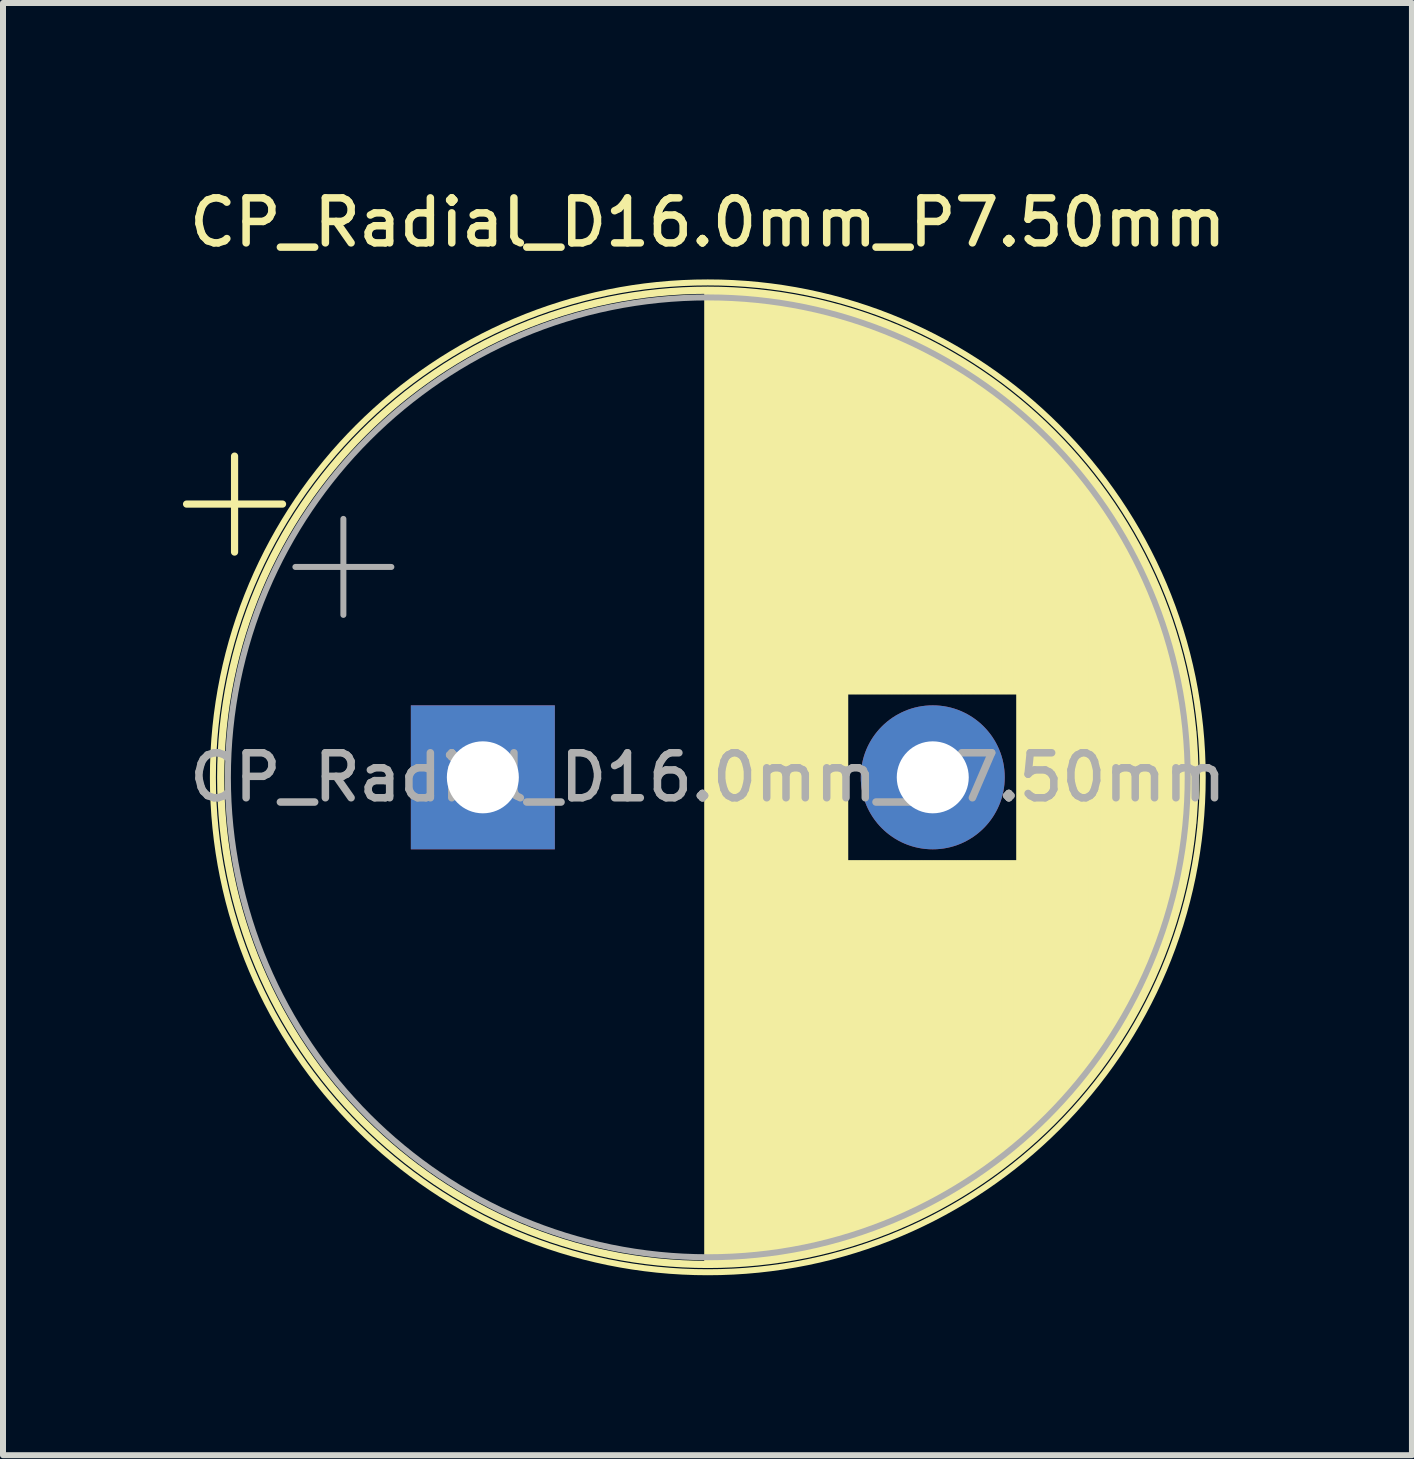
<source format=kicad_pcb>
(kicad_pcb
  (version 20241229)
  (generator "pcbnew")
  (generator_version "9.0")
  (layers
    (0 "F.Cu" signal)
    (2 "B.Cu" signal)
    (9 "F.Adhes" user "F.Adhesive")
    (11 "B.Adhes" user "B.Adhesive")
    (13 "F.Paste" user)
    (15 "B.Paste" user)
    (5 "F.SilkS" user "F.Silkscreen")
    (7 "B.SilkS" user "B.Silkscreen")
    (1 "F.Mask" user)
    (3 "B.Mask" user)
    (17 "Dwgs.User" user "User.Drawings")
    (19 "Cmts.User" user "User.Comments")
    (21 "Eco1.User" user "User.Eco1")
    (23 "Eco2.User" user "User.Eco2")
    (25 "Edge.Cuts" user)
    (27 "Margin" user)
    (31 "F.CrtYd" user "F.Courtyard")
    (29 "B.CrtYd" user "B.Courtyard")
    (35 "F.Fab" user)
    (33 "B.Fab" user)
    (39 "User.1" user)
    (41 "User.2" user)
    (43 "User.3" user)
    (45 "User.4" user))
  (footprint "CP_Radial_D16.0mm_P7.50mm"
    (layer "F.Cu")
    (at 4.999 9.908)
    (property "Reference" "CP_Radial_D16.0mm_P7.50mm" (at 3.75 -9.25 0) (layer "F.SilkS") (effects (font (size 0.75 0.75) (thickness 0.125))))
    (attr through_hole)
    (fp_line (start -4.939 -4.555) (end -3.339 -4.555) (stroke (width 0.12) (type solid)) (layer "F.SilkS"))
    (fp_line (start -4.139 -5.355) (end -4.139 -3.755) (stroke (width 0.12) (type solid)) (layer "F.SilkS"))
    (fp_line (start 3.75 -8.081) (end 3.75 8.081) (stroke (width 0.12) (type solid)) (layer "F.SilkS"))
    (fp_line (start 3.79 -8.08) (end 3.79 8.08) (stroke (width 0.12) (type solid)) (layer "F.SilkS"))
    (fp_line (start 3.83 -8.08) (end 3.83 8.08) (stroke (width 0.12) (type solid)) (layer "F.SilkS"))
    (fp_line (start 3.87 -8.08) (end 3.87 8.08) (stroke (width 0.12) (type solid)) (layer "F.SilkS"))
    (fp_line (start 3.91 -8.079) (end 3.91 8.079) (stroke (width 0.12) (type solid)) (layer "F.SilkS"))
    (fp_line (start 3.95 -8.078) (end 3.95 8.078) (stroke (width 0.12) (type solid)) (layer "F.SilkS"))
    (fp_line (start 3.99 -8.077) (end 3.99 8.077) (stroke (width 0.12) (type solid)) (layer "F.SilkS"))
    (fp_line (start 4.03 -8.076) (end 4.03 8.076) (stroke (width 0.12) (type solid)) (layer "F.SilkS"))
    (fp_line (start 4.07 -8.074) (end 4.07 8.074) (stroke (width 0.12) (type solid)) (layer "F.SilkS"))
    (fp_line (start 4.11 -8.073) (end 4.11 8.073) (stroke (width 0.12) (type solid)) (layer "F.SilkS"))
    (fp_line (start 4.15 -8.071) (end 4.15 8.071) (stroke (width 0.12) (type solid)) (layer "F.SilkS"))
    (fp_line (start 4.19 -8.069) (end 4.19 8.069) (stroke (width 0.12) (type solid)) (layer "F.SilkS"))
    (fp_line (start 4.23 -8.066) (end 4.23 8.066) (stroke (width 0.12) (type solid)) (layer "F.SilkS"))
    (fp_line (start 4.27 -8.064) (end 4.27 8.064) (stroke (width 0.12) (type solid)) (layer "F.SilkS"))
    (fp_line (start 4.31 -8.061) (end 4.31 8.061) (stroke (width 0.12) (type solid)) (layer "F.SilkS"))
    (fp_line (start 4.35 -8.058) (end 4.35 8.058) (stroke (width 0.12) (type solid)) (layer "F.SilkS"))
    (fp_line (start 4.39 -8.055) (end 4.39 8.055) (stroke (width 0.12) (type solid)) (layer "F.SilkS"))
    (fp_line (start 4.43 -8.052) (end 4.43 8.052) (stroke (width 0.12) (type solid)) (layer "F.SilkS"))
    (fp_line (start 4.471 -8.049) (end 4.471 8.049) (stroke (width 0.12) (type solid)) (layer "F.SilkS"))
    (fp_line (start 4.511 -8.045) (end 4.511 8.045) (stroke (width 0.12) (type solid)) (layer "F.SilkS"))
    (fp_line (start 4.551 -8.041) (end 4.551 8.041) (stroke (width 0.12) (type solid)) (layer "F.SilkS"))
    (fp_line (start 4.591 -8.037) (end 4.591 8.037) (stroke (width 0.12) (type solid)) (layer "F.SilkS"))
    (fp_line (start 4.631 -8.033) (end 4.631 8.033) (stroke (width 0.12) (type solid)) (layer "F.SilkS"))
    (fp_line (start 4.671 -8.028) (end 4.671 8.028) (stroke (width 0.12) (type solid)) (layer "F.SilkS"))
    (fp_line (start 4.711 -8.024) (end 4.711 8.024) (stroke (width 0.12) (type solid)) (layer "F.SilkS"))
    (fp_line (start 4.751 -8.019) (end 4.751 8.019) (stroke (width 0.12) (type solid)) (layer "F.SilkS"))
    (fp_line (start 4.791 -8.014) (end 4.791 8.014) (stroke (width 0.12) (type solid)) (layer "F.SilkS"))
    (fp_line (start 4.831 -8.008) (end 4.831 8.008) (stroke (width 0.12) (type solid)) (layer "F.SilkS"))
    (fp_line (start 4.871 -8.003) (end 4.871 8.003) (stroke (width 0.12) (type solid)) (layer "F.SilkS"))
    (fp_line (start 4.911 -7.997) (end 4.911 7.997) (stroke (width 0.12) (type solid)) (layer "F.SilkS"))
    (fp_line (start 4.951 -7.991) (end 4.951 7.991) (stroke (width 0.12) (type solid)) (layer "F.SilkS"))
    (fp_line (start 4.991 -7.985) (end 4.991 7.985) (stroke (width 0.12) (type solid)) (layer "F.SilkS"))
    (fp_line (start 5.031 -7.979) (end 5.031 7.979) (stroke (width 0.12) (type solid)) (layer "F.SilkS"))
    (fp_line (start 5.071 -7.972) (end 5.071 7.972) (stroke (width 0.12) (type solid)) (layer "F.SilkS"))
    (fp_line (start 5.111 -7.966) (end 5.111 7.966) (stroke (width 0.12) (type solid)) (layer "F.SilkS"))
    (fp_line (start 5.151 -7.959) (end 5.151 7.959) (stroke (width 0.12) (type solid)) (layer "F.SilkS"))
    (fp_line (start 5.191 -7.952) (end 5.191 7.952) (stroke (width 0.12) (type solid)) (layer "F.SilkS"))
    (fp_line (start 5.231 -7.944) (end 5.231 7.944) (stroke (width 0.12) (type solid)) (layer "F.SilkS"))
    (fp_line (start 5.271 -7.937) (end 5.271 7.937) (stroke (width 0.12) (type solid)) (layer "F.SilkS"))
    (fp_line (start 5.311 -7.929) (end 5.311 7.929) (stroke (width 0.12) (type solid)) (layer "F.SilkS"))
    (fp_line (start 5.351 -7.921) (end 5.351 7.921) (stroke (width 0.12) (type solid)) (layer "F.SilkS"))
    (fp_line (start 5.391 -7.913) (end 5.391 7.913) (stroke (width 0.12) (type solid)) (layer "F.SilkS"))
    (fp_line (start 5.431 -7.905) (end 5.431 7.905) (stroke (width 0.12) (type solid)) (layer "F.SilkS"))
    (fp_line (start 5.471 -7.896) (end 5.471 7.896) (stroke (width 0.12) (type solid)) (layer "F.SilkS"))
    (fp_line (start 5.511 -7.887) (end 5.511 7.887) (stroke (width 0.12) (type solid)) (layer "F.SilkS"))
    (fp_line (start 5.551 -7.878) (end 5.551 7.878) (stroke (width 0.12) (type solid)) (layer "F.SilkS"))
    (fp_line (start 5.591 -7.869) (end 5.591 7.869) (stroke (width 0.12) (type solid)) (layer "F.SilkS"))
    (fp_line (start 5.631 -7.86) (end 5.631 7.86) (stroke (width 0.12) (type solid)) (layer "F.SilkS"))
    (fp_line (start 5.671 -7.85) (end 5.671 7.85) (stroke (width 0.12) (type solid)) (layer "F.SilkS"))
    (fp_line (start 5.711 -7.84) (end 5.711 7.84) (stroke (width 0.12) (type solid)) (layer "F.SilkS"))
    (fp_line (start 5.751 -7.83) (end 5.751 7.83) (stroke (width 0.12) (type solid)) (layer "F.SilkS"))
    (fp_line (start 5.791 -7.82) (end 5.791 7.82) (stroke (width 0.12) (type solid)) (layer "F.SilkS"))
    (fp_line (start 5.831 -7.81) (end 5.831 7.81) (stroke (width 0.12) (type solid)) (layer "F.SilkS"))
    (fp_line (start 5.871 -7.799) (end 5.871 7.799) (stroke (width 0.12) (type solid)) (layer "F.SilkS"))
    (fp_line (start 5.911 -7.788) (end 5.911 7.788) (stroke (width 0.12) (type solid)) (layer "F.SilkS"))
    (fp_line (start 5.951 -7.777) (end 5.951 7.777) (stroke (width 0.12) (type solid)) (layer "F.SilkS"))
    (fp_line (start 5.991 -7.765) (end 5.991 7.765) (stroke (width 0.12) (type solid)) (layer "F.SilkS"))
    (fp_line (start 6.031 -7.754) (end 6.031 7.754) (stroke (width 0.12) (type solid)) (layer "F.SilkS"))
    (fp_line (start 6.071 -7.742) (end 6.071 -1.44) (stroke (width 0.12) (type solid)) (layer "F.SilkS"))
    (fp_line (start 6.071 1.44) (end 6.071 7.742) (stroke (width 0.12) (type solid)) (layer "F.SilkS"))
    (fp_line (start 6.111 -7.73) (end 6.111 -1.44) (stroke (width 0.12) (type solid)) (layer "F.SilkS"))
    (fp_line (start 6.111 1.44) (end 6.111 7.73) (stroke (width 0.12) (type solid)) (layer "F.SilkS"))
    (fp_line (start 6.151 -7.718) (end 6.151 -1.44) (stroke (width 0.12) (type solid)) (layer "F.SilkS"))
    (fp_line (start 6.151 1.44) (end 6.151 7.718) (stroke (width 0.12) (type solid)) (layer "F.SilkS"))
    (fp_line (start 6.191 -7.705) (end 6.191 -1.44) (stroke (width 0.12) (type solid)) (layer "F.SilkS"))
    (fp_line (start 6.191 1.44) (end 6.191 7.705) (stroke (width 0.12) (type solid)) (layer "F.SilkS"))
    (fp_line (start 6.231 -7.693) (end 6.231 -1.44) (stroke (width 0.12) (type solid)) (layer "F.SilkS"))
    (fp_line (start 6.231 1.44) (end 6.231 7.693) (stroke (width 0.12) (type solid)) (layer "F.SilkS"))
    (fp_line (start 6.271 -7.68) (end 6.271 -1.44) (stroke (width 0.12) (type solid)) (layer "F.SilkS"))
    (fp_line (start 6.271 1.44) (end 6.271 7.68) (stroke (width 0.12) (type solid)) (layer "F.SilkS"))
    (fp_line (start 6.311 -7.666) (end 6.311 -1.44) (stroke (width 0.12) (type solid)) (layer "F.SilkS"))
    (fp_line (start 6.311 1.44) (end 6.311 7.666) (stroke (width 0.12) (type solid)) (layer "F.SilkS"))
    (fp_line (start 6.351 -7.653) (end 6.351 -1.44) (stroke (width 0.12) (type solid)) (layer "F.SilkS"))
    (fp_line (start 6.351 1.44) (end 6.351 7.653) (stroke (width 0.12) (type solid)) (layer "F.SilkS"))
    (fp_line (start 6.391 -7.639) (end 6.391 -1.44) (stroke (width 0.12) (type solid)) (layer "F.SilkS"))
    (fp_line (start 6.391 1.44) (end 6.391 7.639) (stroke (width 0.12) (type solid)) (layer "F.SilkS"))
    (fp_line (start 6.431 -7.625) (end 6.431 -1.44) (stroke (width 0.12) (type solid)) (layer "F.SilkS"))
    (fp_line (start 6.431 1.44) (end 6.431 7.625) (stroke (width 0.12) (type solid)) (layer "F.SilkS"))
    (fp_line (start 6.471 -7.611) (end 6.471 -1.44) (stroke (width 0.12) (type solid)) (layer "F.SilkS"))
    (fp_line (start 6.471 1.44) (end 6.471 7.611) (stroke (width 0.12) (type solid)) (layer "F.SilkS"))
    (fp_line (start 6.511 -7.597) (end 6.511 -1.44) (stroke (width 0.12) (type solid)) (layer "F.SilkS"))
    (fp_line (start 6.511 1.44) (end 6.511 7.597) (stroke (width 0.12) (type solid)) (layer "F.SilkS"))
    (fp_line (start 6.551 -7.582) (end 6.551 -1.44) (stroke (width 0.12) (type solid)) (layer "F.SilkS"))
    (fp_line (start 6.551 1.44) (end 6.551 7.582) (stroke (width 0.12) (type solid)) (layer "F.SilkS"))
    (fp_line (start 6.591 -7.568) (end 6.591 -1.44) (stroke (width 0.12) (type solid)) (layer "F.SilkS"))
    (fp_line (start 6.591 1.44) (end 6.591 7.568) (stroke (width 0.12) (type solid)) (layer "F.SilkS"))
    (fp_line (start 6.631 -7.553) (end 6.631 -1.44) (stroke (width 0.12) (type solid)) (layer "F.SilkS"))
    (fp_line (start 6.631 1.44) (end 6.631 7.553) (stroke (width 0.12) (type solid)) (layer "F.SilkS"))
    (fp_line (start 6.671 -7.537) (end 6.671 -1.44) (stroke (width 0.12) (type solid)) (layer "F.SilkS"))
    (fp_line (start 6.671 1.44) (end 6.671 7.537) (stroke (width 0.12) (type solid)) (layer "F.SilkS"))
    (fp_line (start 6.711 -7.522) (end 6.711 -1.44) (stroke (width 0.12) (type solid)) (layer "F.SilkS"))
    (fp_line (start 6.711 1.44) (end 6.711 7.522) (stroke (width 0.12) (type solid)) (layer "F.SilkS"))
    (fp_line (start 6.751 -7.506) (end 6.751 -1.44) (stroke (width 0.12) (type solid)) (layer "F.SilkS"))
    (fp_line (start 6.751 1.44) (end 6.751 7.506) (stroke (width 0.12) (type solid)) (layer "F.SilkS"))
    (fp_line (start 6.791 -7.49) (end 6.791 -1.44) (stroke (width 0.12) (type solid)) (layer "F.SilkS"))
    (fp_line (start 6.791 1.44) (end 6.791 7.49) (stroke (width 0.12) (type solid)) (layer "F.SilkS"))
    (fp_line (start 6.831 -7.474) (end 6.831 -1.44) (stroke (width 0.12) (type solid)) (layer "F.SilkS"))
    (fp_line (start 6.831 1.44) (end 6.831 7.474) (stroke (width 0.12) (type solid)) (layer "F.SilkS"))
    (fp_line (start 6.871 -7.457) (end 6.871 -1.44) (stroke (width 0.12) (type solid)) (layer "F.SilkS"))
    (fp_line (start 6.871 1.44) (end 6.871 7.457) (stroke (width 0.12) (type solid)) (layer "F.SilkS"))
    (fp_line (start 6.911 -7.44) (end 6.911 -1.44) (stroke (width 0.12) (type solid)) (layer "F.SilkS"))
    (fp_line (start 6.911 1.44) (end 6.911 7.44) (stroke (width 0.12) (type solid)) (layer "F.SilkS"))
    (fp_line (start 6.951 -7.423) (end 6.951 -1.44) (stroke (width 0.12) (type solid)) (layer "F.SilkS"))
    (fp_line (start 6.951 1.44) (end 6.951 7.423) (stroke (width 0.12) (type solid)) (layer "F.SilkS"))
    (fp_line (start 6.991 -7.406) (end 6.991 -1.44) (stroke (width 0.12) (type solid)) (layer "F.SilkS"))
    (fp_line (start 6.991 1.44) (end 6.991 7.406) (stroke (width 0.12) (type solid)) (layer "F.SilkS"))
    (fp_line (start 7.031 -7.389) (end 7.031 -1.44) (stroke (width 0.12) (type solid)) (layer "F.SilkS"))
    (fp_line (start 7.031 1.44) (end 7.031 7.389) (stroke (width 0.12) (type solid)) (layer "F.SilkS"))
    (fp_line (start 7.071 -7.371) (end 7.071 -1.44) (stroke (width 0.12) (type solid)) (layer "F.SilkS"))
    (fp_line (start 7.071 1.44) (end 7.071 7.371) (stroke (width 0.12) (type solid)) (layer "F.SilkS"))
    (fp_line (start 7.111 -7.353) (end 7.111 -1.44) (stroke (width 0.12) (type solid)) (layer "F.SilkS"))
    (fp_line (start 7.111 1.44) (end 7.111 7.353) (stroke (width 0.12) (type solid)) (layer "F.SilkS"))
    (fp_line (start 7.151 -7.334) (end 7.151 -1.44) (stroke (width 0.12) (type solid)) (layer "F.SilkS"))
    (fp_line (start 7.151 1.44) (end 7.151 7.334) (stroke (width 0.12) (type solid)) (layer "F.SilkS"))
    (fp_line (start 7.191 -7.316) (end 7.191 -1.44) (stroke (width 0.12) (type solid)) (layer "F.SilkS"))
    (fp_line (start 7.191 1.44) (end 7.191 7.316) (stroke (width 0.12) (type solid)) (layer "F.SilkS"))
    (fp_line (start 7.231 -7.297) (end 7.231 -1.44) (stroke (width 0.12) (type solid)) (layer "F.SilkS"))
    (fp_line (start 7.231 1.44) (end 7.231 7.297) (stroke (width 0.12) (type solid)) (layer "F.SilkS"))
    (fp_line (start 7.271 -7.278) (end 7.271 -1.44) (stroke (width 0.12) (type solid)) (layer "F.SilkS"))
    (fp_line (start 7.271 1.44) (end 7.271 7.278) (stroke (width 0.12) (type solid)) (layer "F.SilkS"))
    (fp_line (start 7.311 -7.258) (end 7.311 -1.44) (stroke (width 0.12) (type solid)) (layer "F.SilkS"))
    (fp_line (start 7.311 1.44) (end 7.311 7.258) (stroke (width 0.12) (type solid)) (layer "F.SilkS"))
    (fp_line (start 7.351 -7.239) (end 7.351 -1.44) (stroke (width 0.12) (type solid)) (layer "F.SilkS"))
    (fp_line (start 7.351 1.44) (end 7.351 7.239) (stroke (width 0.12) (type solid)) (layer "F.SilkS"))
    (fp_line (start 7.391 -7.219) (end 7.391 -1.44) (stroke (width 0.12) (type solid)) (layer "F.SilkS"))
    (fp_line (start 7.391 1.44) (end 7.391 7.219) (stroke (width 0.12) (type solid)) (layer "F.SilkS"))
    (fp_line (start 7.431 -7.199) (end 7.431 -1.44) (stroke (width 0.12) (type solid)) (layer "F.SilkS"))
    (fp_line (start 7.431 1.44) (end 7.431 7.199) (stroke (width 0.12) (type solid)) (layer "F.SilkS"))
    (fp_line (start 7.471 -7.178) (end 7.471 -1.44) (stroke (width 0.12) (type solid)) (layer "F.SilkS"))
    (fp_line (start 7.471 1.44) (end 7.471 7.178) (stroke (width 0.12) (type solid)) (layer "F.SilkS"))
    (fp_line (start 7.511 -7.157) (end 7.511 -1.44) (stroke (width 0.12) (type solid)) (layer "F.SilkS"))
    (fp_line (start 7.511 1.44) (end 7.511 7.157) (stroke (width 0.12) (type solid)) (layer "F.SilkS"))
    (fp_line (start 7.551 -7.136) (end 7.551 -1.44) (stroke (width 0.12) (type solid)) (layer "F.SilkS"))
    (fp_line (start 7.551 1.44) (end 7.551 7.136) (stroke (width 0.12) (type solid)) (layer "F.SilkS"))
    (fp_line (start 7.591 -7.115) (end 7.591 -1.44) (stroke (width 0.12) (type solid)) (layer "F.SilkS"))
    (fp_line (start 7.591 1.44) (end 7.591 7.115) (stroke (width 0.12) (type solid)) (layer "F.SilkS"))
    (fp_line (start 7.631 -7.094) (end 7.631 -1.44) (stroke (width 0.12) (type solid)) (layer "F.SilkS"))
    (fp_line (start 7.631 1.44) (end 7.631 7.094) (stroke (width 0.12) (type solid)) (layer "F.SilkS"))
    (fp_line (start 7.671 -7.072) (end 7.671 -1.44) (stroke (width 0.12) (type solid)) (layer "F.SilkS"))
    (fp_line (start 7.671 1.44) (end 7.671 7.072) (stroke (width 0.12) (type solid)) (layer "F.SilkS"))
    (fp_line (start 7.711 -7.049) (end 7.711 -1.44) (stroke (width 0.12) (type solid)) (layer "F.SilkS"))
    (fp_line (start 7.711 1.44) (end 7.711 7.049) (stroke (width 0.12) (type solid)) (layer "F.SilkS"))
    (fp_line (start 7.751 -7.027) (end 7.751 -1.44) (stroke (width 0.12) (type solid)) (layer "F.SilkS"))
    (fp_line (start 7.751 1.44) (end 7.751 7.027) (stroke (width 0.12) (type solid)) (layer "F.SilkS"))
    (fp_line (start 7.791 -7.004) (end 7.791 -1.44) (stroke (width 0.12) (type solid)) (layer "F.SilkS"))
    (fp_line (start 7.791 1.44) (end 7.791 7.004) (stroke (width 0.12) (type solid)) (layer "F.SilkS"))
    (fp_line (start 7.831 -6.981) (end 7.831 -1.44) (stroke (width 0.12) (type solid)) (layer "F.SilkS"))
    (fp_line (start 7.831 1.44) (end 7.831 6.981) (stroke (width 0.12) (type solid)) (layer "F.SilkS"))
    (fp_line (start 7.871 -6.958) (end 7.871 -1.44) (stroke (width 0.12) (type solid)) (layer "F.SilkS"))
    (fp_line (start 7.871 1.44) (end 7.871 6.958) (stroke (width 0.12) (type solid)) (layer "F.SilkS"))
    (fp_line (start 7.911 -6.934) (end 7.911 -1.44) (stroke (width 0.12) (type solid)) (layer "F.SilkS"))
    (fp_line (start 7.911 1.44) (end 7.911 6.934) (stroke (width 0.12) (type solid)) (layer "F.SilkS"))
    (fp_line (start 7.951 -6.91) (end 7.951 -1.44) (stroke (width 0.12) (type solid)) (layer "F.SilkS"))
    (fp_line (start 7.951 1.44) (end 7.951 6.91) (stroke (width 0.12) (type solid)) (layer "F.SilkS"))
    (fp_line (start 7.991 -6.886) (end 7.991 -1.44) (stroke (width 0.12) (type solid)) (layer "F.SilkS"))
    (fp_line (start 7.991 1.44) (end 7.991 6.886) (stroke (width 0.12) (type solid)) (layer "F.SilkS"))
    (fp_line (start 8.031 -6.861) (end 8.031 -1.44) (stroke (width 0.12) (type solid)) (layer "F.SilkS"))
    (fp_line (start 8.031 1.44) (end 8.031 6.861) (stroke (width 0.12) (type solid)) (layer "F.SilkS"))
    (fp_line (start 8.071 -6.836) (end 8.071 -1.44) (stroke (width 0.12) (type solid)) (layer "F.SilkS"))
    (fp_line (start 8.071 1.44) (end 8.071 6.836) (stroke (width 0.12) (type solid)) (layer "F.SilkS"))
    (fp_line (start 8.111 -6.811) (end 8.111 -1.44) (stroke (width 0.12) (type solid)) (layer "F.SilkS"))
    (fp_line (start 8.111 1.44) (end 8.111 6.811) (stroke (width 0.12) (type solid)) (layer "F.SilkS"))
    (fp_line (start 8.151 -6.785) (end 8.151 -1.44) (stroke (width 0.12) (type solid)) (layer "F.SilkS"))
    (fp_line (start 8.151 1.44) (end 8.151 6.785) (stroke (width 0.12) (type solid)) (layer "F.SilkS"))
    (fp_line (start 8.191 -6.759) (end 8.191 -1.44) (stroke (width 0.12) (type solid)) (layer "F.SilkS"))
    (fp_line (start 8.191 1.44) (end 8.191 6.759) (stroke (width 0.12) (type solid)) (layer "F.SilkS"))
    (fp_line (start 8.231 -6.733) (end 8.231 -1.44) (stroke (width 0.12) (type solid)) (layer "F.SilkS"))
    (fp_line (start 8.231 1.44) (end 8.231 6.733) (stroke (width 0.12) (type solid)) (layer "F.SilkS"))
    (fp_line (start 8.271 -6.706) (end 8.271 -1.44) (stroke (width 0.12) (type solid)) (layer "F.SilkS"))
    (fp_line (start 8.271 1.44) (end 8.271 6.706) (stroke (width 0.12) (type solid)) (layer "F.SilkS"))
    (fp_line (start 8.311 -6.679) (end 8.311 -1.44) (stroke (width 0.12) (type solid)) (layer "F.SilkS"))
    (fp_line (start 8.311 1.44) (end 8.311 6.679) (stroke (width 0.12) (type solid)) (layer "F.SilkS"))
    (fp_line (start 8.351 -6.652) (end 8.351 -1.44) (stroke (width 0.12) (type solid)) (layer "F.SilkS"))
    (fp_line (start 8.351 1.44) (end 8.351 6.652) (stroke (width 0.12) (type solid)) (layer "F.SilkS"))
    (fp_line (start 8.391 -6.624) (end 8.391 -1.44) (stroke (width 0.12) (type solid)) (layer "F.SilkS"))
    (fp_line (start 8.391 1.44) (end 8.391 6.624) (stroke (width 0.12) (type solid)) (layer "F.SilkS"))
    (fp_line (start 8.431 -6.596) (end 8.431 -1.44) (stroke (width 0.12) (type solid)) (layer "F.SilkS"))
    (fp_line (start 8.431 1.44) (end 8.431 6.596) (stroke (width 0.12) (type solid)) (layer "F.SilkS"))
    (fp_line (start 8.471 -6.568) (end 8.471 -1.44) (stroke (width 0.12) (type solid)) (layer "F.SilkS"))
    (fp_line (start 8.471 1.44) (end 8.471 6.568) (stroke (width 0.12) (type solid)) (layer "F.SilkS"))
    (fp_line (start 8.511 -6.539) (end 8.511 -1.44) (stroke (width 0.12) (type solid)) (layer "F.SilkS"))
    (fp_line (start 8.511 1.44) (end 8.511 6.539) (stroke (width 0.12) (type solid)) (layer "F.SilkS"))
    (fp_line (start 8.551 -6.51) (end 8.551 -1.44) (stroke (width 0.12) (type solid)) (layer "F.SilkS"))
    (fp_line (start 8.551 1.44) (end 8.551 6.51) (stroke (width 0.12) (type solid)) (layer "F.SilkS"))
    (fp_line (start 8.591 -6.48) (end 8.591 -1.44) (stroke (width 0.12) (type solid)) (layer "F.SilkS"))
    (fp_line (start 8.591 1.44) (end 8.591 6.48) (stroke (width 0.12) (type solid)) (layer "F.SilkS"))
    (fp_line (start 8.631 -6.45) (end 8.631 -1.44) (stroke (width 0.12) (type solid)) (layer "F.SilkS"))
    (fp_line (start 8.631 1.44) (end 8.631 6.45) (stroke (width 0.12) (type solid)) (layer "F.SilkS"))
    (fp_line (start 8.671 -6.42) (end 8.671 -1.44) (stroke (width 0.12) (type solid)) (layer "F.SilkS"))
    (fp_line (start 8.671 1.44) (end 8.671 6.42) (stroke (width 0.12) (type solid)) (layer "F.SilkS"))
    (fp_line (start 8.711 -6.39) (end 8.711 -1.44) (stroke (width 0.12) (type solid)) (layer "F.SilkS"))
    (fp_line (start 8.711 1.44) (end 8.711 6.39) (stroke (width 0.12) (type solid)) (layer "F.SilkS"))
    (fp_line (start 8.751 -6.358) (end 8.751 -1.44) (stroke (width 0.12) (type solid)) (layer "F.SilkS"))
    (fp_line (start 8.751 1.44) (end 8.751 6.358) (stroke (width 0.12) (type solid)) (layer "F.SilkS"))
    (fp_line (start 8.791 -6.327) (end 8.791 -1.44) (stroke (width 0.12) (type solid)) (layer "F.SilkS"))
    (fp_line (start 8.791 1.44) (end 8.791 6.327) (stroke (width 0.12) (type solid)) (layer "F.SilkS"))
    (fp_line (start 8.831 -6.295) (end 8.831 -1.44) (stroke (width 0.12) (type solid)) (layer "F.SilkS"))
    (fp_line (start 8.831 1.44) (end 8.831 6.295) (stroke (width 0.12) (type solid)) (layer "F.SilkS"))
    (fp_line (start 8.871 -6.263) (end 8.871 -1.44) (stroke (width 0.12) (type solid)) (layer "F.SilkS"))
    (fp_line (start 8.871 1.44) (end 8.871 6.263) (stroke (width 0.12) (type solid)) (layer "F.SilkS"))
    (fp_line (start 8.911 -6.23) (end 8.911 -1.44) (stroke (width 0.12) (type solid)) (layer "F.SilkS"))
    (fp_line (start 8.911 1.44) (end 8.911 6.23) (stroke (width 0.12) (type solid)) (layer "F.SilkS"))
    (fp_line (start 8.951 -6.197) (end 8.951 6.197) (stroke (width 0.12) (type solid)) (layer "F.SilkS"))
    (fp_line (start 8.991 -6.163) (end 8.991 6.163) (stroke (width 0.12) (type solid)) (layer "F.SilkS"))
    (fp_line (start 9.031 -6.129) (end 9.031 6.129) (stroke (width 0.12) (type solid)) (layer "F.SilkS"))
    (fp_line (start 9.071 -6.095) (end 9.071 6.095) (stroke (width 0.12) (type solid)) (layer "F.SilkS"))
    (fp_line (start 9.111 -6.06) (end 9.111 6.06) (stroke (width 0.12) (type solid)) (layer "F.SilkS"))
    (fp_line (start 9.151 -6.025) (end 9.151 6.025) (stroke (width 0.12) (type solid)) (layer "F.SilkS"))
    (fp_line (start 9.191 -5.989) (end 9.191 5.989) (stroke (width 0.12) (type solid)) (layer "F.SilkS"))
    (fp_line (start 9.231 -5.952) (end 9.231 5.952) (stroke (width 0.12) (type solid)) (layer "F.SilkS"))
    (fp_line (start 9.271 -5.916) (end 9.271 5.916) (stroke (width 0.12) (type solid)) (layer "F.SilkS"))
    (fp_line (start 9.311 -5.878) (end 9.311 5.878) (stroke (width 0.12) (type solid)) (layer "F.SilkS"))
    (fp_line (start 9.351 -5.84) (end 9.351 5.84) (stroke (width 0.12) (type solid)) (layer "F.SilkS"))
    (fp_line (start 9.391 -5.802) (end 9.391 5.802) (stroke (width 0.12) (type solid)) (layer "F.SilkS"))
    (fp_line (start 9.431 -5.763) (end 9.431 5.763) (stroke (width 0.12) (type solid)) (layer "F.SilkS"))
    (fp_line (start 9.471 -5.724) (end 9.471 5.724) (stroke (width 0.12) (type solid)) (layer "F.SilkS"))
    (fp_line (start 9.511 -5.684) (end 9.511 5.684) (stroke (width 0.12) (type solid)) (layer "F.SilkS"))
    (fp_line (start 9.551 -5.643) (end 9.551 5.643) (stroke (width 0.12) (type solid)) (layer "F.SilkS"))
    (fp_line (start 9.591 -5.602) (end 9.591 5.602) (stroke (width 0.12) (type solid)) (layer "F.SilkS"))
    (fp_line (start 9.631 -5.56) (end 9.631 5.56) (stroke (width 0.12) (type solid)) (layer "F.SilkS"))
    (fp_line (start 9.671 -5.518) (end 9.671 5.518) (stroke (width 0.12) (type solid)) (layer "F.SilkS"))
    (fp_line (start 9.711 -5.475) (end 9.711 5.475) (stroke (width 0.12) (type solid)) (layer "F.SilkS"))
    (fp_line (start 9.751 -5.432) (end 9.751 5.432) (stroke (width 0.12) (type solid)) (layer "F.SilkS"))
    (fp_line (start 9.791 -5.388) (end 9.791 5.388) (stroke (width 0.12) (type solid)) (layer "F.SilkS"))
    (fp_line (start 9.831 -5.343) (end 9.831 5.343) (stroke (width 0.12) (type solid)) (layer "F.SilkS"))
    (fp_line (start 9.871 -5.297) (end 9.871 5.297) (stroke (width 0.12) (type solid)) (layer "F.SilkS"))
    (fp_line (start 9.911 -5.251) (end 9.911 5.251) (stroke (width 0.12) (type solid)) (layer "F.SilkS"))
    (fp_line (start 9.951 -5.204) (end 9.951 5.204) (stroke (width 0.12) (type solid)) (layer "F.SilkS"))
    (fp_line (start 9.991 -5.156) (end 9.991 5.156) (stroke (width 0.12) (type solid)) (layer "F.SilkS"))
    (fp_line (start 10.031 -5.108) (end 10.031 5.108) (stroke (width 0.12) (type solid)) (layer "F.SilkS"))
    (fp_line (start 10.071 -5.059) (end 10.071 5.059) (stroke (width 0.12) (type solid)) (layer "F.SilkS"))
    (fp_line (start 10.111 -5.009) (end 10.111 5.009) (stroke (width 0.12) (type solid)) (layer "F.SilkS"))
    (fp_line (start 10.151 -4.958) (end 10.151 4.958) (stroke (width 0.12) (type solid)) (layer "F.SilkS"))
    (fp_line (start 10.191 -4.906) (end 10.191 4.906) (stroke (width 0.12) (type solid)) (layer "F.SilkS"))
    (fp_line (start 10.231 -4.854) (end 10.231 4.854) (stroke (width 0.12) (type solid)) (layer "F.SilkS"))
    (fp_line (start 10.271 -4.8) (end 10.271 4.8) (stroke (width 0.12) (type solid)) (layer "F.SilkS"))
    (fp_line (start 10.311 -4.746) (end 10.311 4.746) (stroke (width 0.12) (type solid)) (layer "F.SilkS"))
    (fp_line (start 10.351 -4.691) (end 10.351 4.691) (stroke (width 0.12) (type solid)) (layer "F.SilkS"))
    (fp_line (start 10.391 -4.634) (end 10.391 4.634) (stroke (width 0.12) (type solid)) (layer "F.SilkS"))
    (fp_line (start 10.431 -4.577) (end 10.431 4.577) (stroke (width 0.12) (type solid)) (layer "F.SilkS"))
    (fp_line (start 10.471 -4.519) (end 10.471 4.519) (stroke (width 0.12) (type solid)) (layer "F.SilkS"))
    (fp_line (start 10.511 -4.459) (end 10.511 4.459) (stroke (width 0.12) (type solid)) (layer "F.SilkS"))
    (fp_line (start 10.551 -4.398) (end 10.551 4.398) (stroke (width 0.12) (type solid)) (layer "F.SilkS"))
    (fp_line (start 10.591 -4.336) (end 10.591 4.336) (stroke (width 0.12) (type solid)) (layer "F.SilkS"))
    (fp_line (start 10.631 -4.273) (end 10.631 4.273) (stroke (width 0.12) (type solid)) (layer "F.SilkS"))
    (fp_line (start 10.671 -4.209) (end 10.671 4.209) (stroke (width 0.12) (type solid)) (layer "F.SilkS"))
    (fp_line (start 10.711 -4.143) (end 10.711 4.143) (stroke (width 0.12) (type solid)) (layer "F.SilkS"))
    (fp_line (start 10.751 -4.076) (end 10.751 4.076) (stroke (width 0.12) (type solid)) (layer "F.SilkS"))
    (fp_line (start 10.791 -4.007) (end 10.791 4.007) (stroke (width 0.12) (type solid)) (layer "F.SilkS"))
    (fp_line (start 10.831 -3.936) (end 10.831 3.936) (stroke (width 0.12) (type solid)) (layer "F.SilkS"))
    (fp_line (start 10.871 -3.864) (end 10.871 3.864) (stroke (width 0.12) (type solid)) (layer "F.SilkS"))
    (fp_line (start 10.911 -3.79) (end 10.911 3.79) (stroke (width 0.12) (type solid)) (layer "F.SilkS"))
    (fp_line (start 10.951 -3.715) (end 10.951 3.715) (stroke (width 0.12) (type solid)) (layer "F.SilkS"))
    (fp_line (start 10.991 -3.637) (end 10.991 3.637) (stroke (width 0.12) (type solid)) (layer "F.SilkS"))
    (fp_line (start 11.031 -3.557) (end 11.031 3.557) (stroke (width 0.12) (type solid)) (layer "F.SilkS"))
    (fp_line (start 11.071 -3.475) (end 11.071 3.475) (stroke (width 0.12) (type solid)) (layer "F.SilkS"))
    (fp_line (start 11.111 -3.39) (end 11.111 3.39) (stroke (width 0.12) (type solid)) (layer "F.SilkS"))
    (fp_line (start 11.151 -3.303) (end 11.151 3.303) (stroke (width 0.12) (type solid)) (layer "F.SilkS"))
    (fp_line (start 11.191 -3.213) (end 11.191 3.213) (stroke (width 0.12) (type solid)) (layer "F.SilkS"))
    (fp_line (start 11.231 -3.12) (end 11.231 3.12) (stroke (width 0.12) (type solid)) (layer "F.SilkS"))
    (fp_line (start 11.271 -3.024) (end 11.271 3.024) (stroke (width 0.12) (type solid)) (layer "F.SilkS"))
    (fp_line (start 11.311 -2.924) (end 11.311 2.924) (stroke (width 0.12) (type solid)) (layer "F.SilkS"))
    (fp_line (start 11.351 -2.82) (end 11.351 2.82) (stroke (width 0.12) (type solid)) (layer "F.SilkS"))
    (fp_line (start 11.391 -2.711) (end 11.391 2.711) (stroke (width 0.12) (type solid)) (layer "F.SilkS"))
    (fp_line (start 11.431 -2.597) (end 11.431 2.597) (stroke (width 0.12) (type solid)) (layer "F.SilkS"))
    (fp_line (start 11.471 -2.478) (end 11.471 2.478) (stroke (width 0.12) (type solid)) (layer "F.SilkS"))
    (fp_line (start 11.511 -2.351) (end 11.511 2.351) (stroke (width 0.12) (type solid)) (layer "F.SilkS"))
    (fp_line (start 11.551 -2.218) (end 11.551 2.218) (stroke (width 0.12) (type solid)) (layer "F.SilkS"))
    (fp_line (start 11.591 -2.074) (end 11.591 2.074) (stroke (width 0.12) (type solid)) (layer "F.SilkS"))
    (fp_line (start 11.631 -1.92) (end 11.631 1.92) (stroke (width 0.12) (type solid)) (layer "F.SilkS"))
    (fp_line (start 11.671 -1.752) (end 11.671 1.752) (stroke (width 0.12) (type solid)) (layer "F.SilkS"))
    (fp_line (start 11.711 -1.564) (end 11.711 1.564) (stroke (width 0.12) (type solid)) (layer "F.SilkS"))
    (fp_line (start 11.751 -1.351) (end 11.751 1.351) (stroke (width 0.12) (type solid)) (layer "F.SilkS"))
    (fp_line (start 11.791 -1.098) (end 11.791 1.098) (stroke (width 0.12) (type solid)) (layer "F.SilkS"))
    (fp_line (start 11.831 -0.765) (end 11.831 0.765) (stroke (width 0.12) (type solid)) (layer "F.SilkS"))
    (fp_circle (center 3.75 0) (end 11.87 0) (stroke (width 0.12) (type solid)) (fill no) (layer "F.SilkS"))
    (fp_circle (center 3.75 0) (end 12 0) (stroke (width 0.1) (type solid)) (fill no) (layer "F.SilkS"))
    (fp_line (start -3.125 -3.507) (end -1.525 -3.507) (stroke (width 0.1) (type solid)) (layer "F.Fab"))
    (fp_line (start -2.325 -4.308) (end -2.325 -2.708) (stroke (width 0.1) (type solid)) (layer "F.Fab"))
    (fp_circle (center 3.75 0) (end 11.75 0) (stroke (width 0.1) (type solid)) (fill no) (layer "F.Fab"))
    (fp_text user "${REFERENCE}" (at 3.75 0 0) (layer "F.Fab") (effects (font (size 0.75 0.75) (thickness 0.125))))
    (pad "1" thru_hole rect (at 0 0) (size 2.4 2.4) (drill 1.2) (layers "*.Cu" "*.Mask"))
    (pad "2" thru_hole circle (at 7.5 0) (size 2.4 2.4) (drill 1.2) (layers "*.Cu" "*.Mask")))
  (gr_rect
    (start -3 -3)
    (end 20.487 21.208)
    (stroke (width 0.1) (type default))
    (fill no)
    (layer "Edge.Cuts")))
</source>
